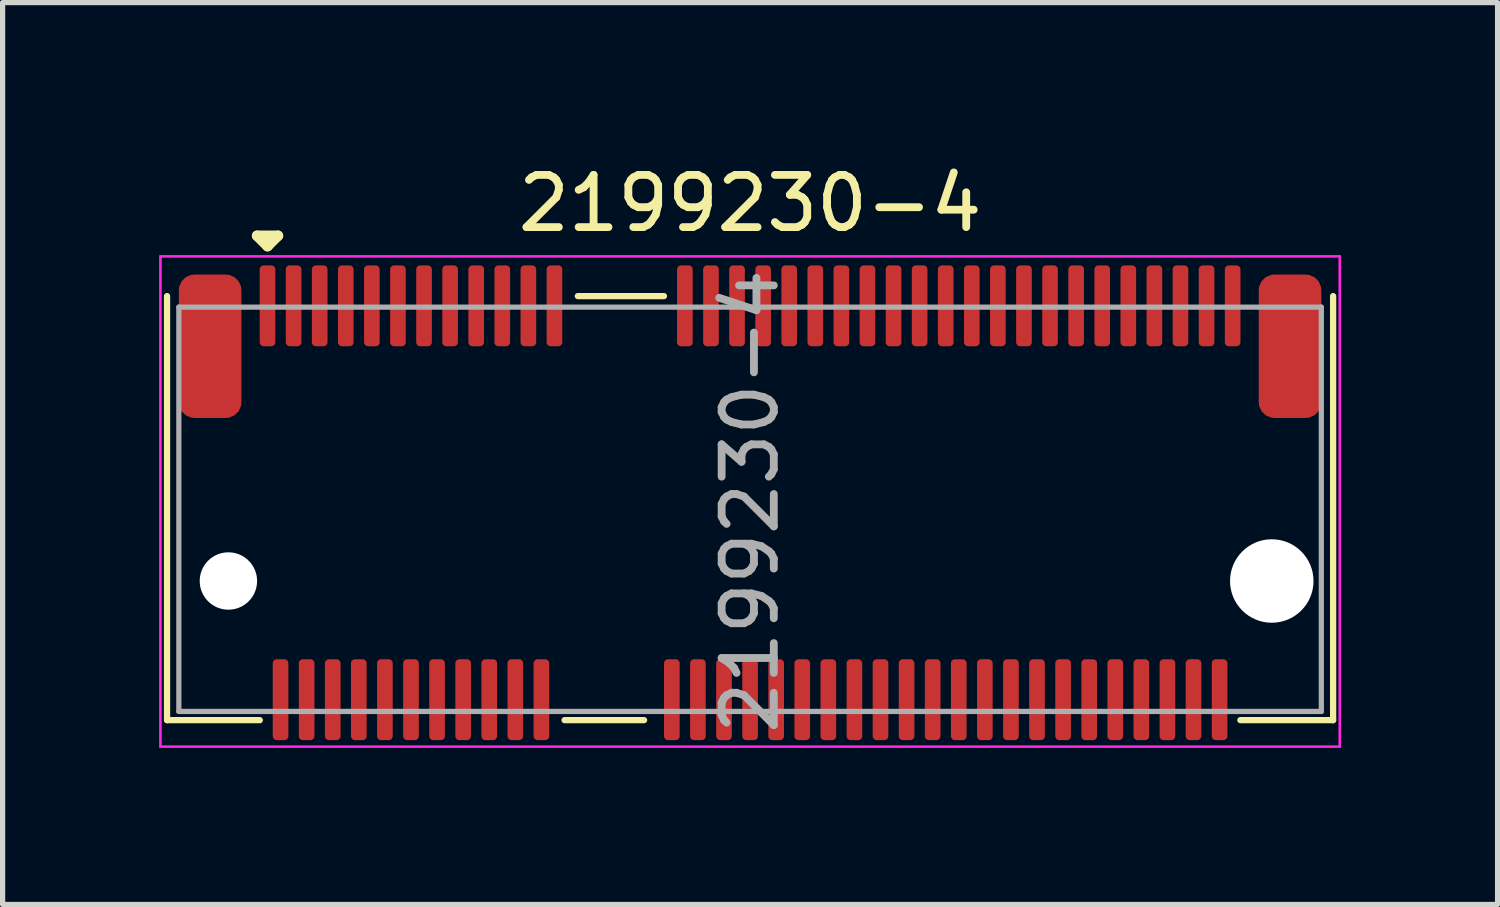
<source format=kicad_pcb>
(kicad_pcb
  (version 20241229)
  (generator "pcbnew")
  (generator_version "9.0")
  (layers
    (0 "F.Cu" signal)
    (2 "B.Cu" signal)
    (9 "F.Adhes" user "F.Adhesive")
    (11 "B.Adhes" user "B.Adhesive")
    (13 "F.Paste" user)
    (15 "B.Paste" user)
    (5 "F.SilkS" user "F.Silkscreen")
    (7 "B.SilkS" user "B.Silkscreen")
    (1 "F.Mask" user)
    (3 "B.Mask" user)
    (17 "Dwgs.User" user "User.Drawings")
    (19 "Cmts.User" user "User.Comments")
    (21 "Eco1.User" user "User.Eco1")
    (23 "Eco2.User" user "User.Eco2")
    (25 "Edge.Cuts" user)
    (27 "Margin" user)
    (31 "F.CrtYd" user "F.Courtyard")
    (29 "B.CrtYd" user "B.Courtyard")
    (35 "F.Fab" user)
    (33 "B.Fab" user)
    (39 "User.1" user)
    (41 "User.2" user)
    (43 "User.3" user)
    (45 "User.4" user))
  (footprint "2199230-4"
    (layer "F.Cu")
    (at 11.328 8.087)
    (property "Reference" "2199230-4" (at 0 -7.239 0) (layer "F.SilkS") (effects (font (size 1 1) (thickness 0.15))))
    (attr smd)
    (fp_line (start -11.176 2.667) (end -11.176 -5.461) (stroke (width 0.12) (type solid)) (layer "F.SilkS"))
    (fp_line (start -11.176 2.667) (end -9.398 2.667) (stroke (width 0.12) (type solid)) (layer "F.SilkS"))
    (fp_line (start -9.45 -6.618) (end -9.05 -6.618) (stroke (width 0.2) (type solid)) (layer "F.SilkS"))
    (fp_line (start -9.25 -6.418) (end -9.45 -6.618) (stroke (width 0.2) (type solid)) (layer "F.SilkS"))
    (fp_line (start -9.05 -6.618) (end -9.25 -6.418) (stroke (width 0.2) (type solid)) (layer "F.SilkS"))
    (fp_line (start -3.556 2.667) (end -2.032 2.667) (stroke (width 0.12) (type solid)) (layer "F.SilkS"))
    (fp_line (start -3.302 -5.461) (end -1.651 -5.461) (stroke (width 0.12) (type solid)) (layer "F.SilkS"))
    (fp_line (start 9.398 2.667) (end 11.176 2.667) (stroke (width 0.12) (type solid)) (layer "F.SilkS"))
    (fp_line (start 11.176 -5.461) (end 11.176 2.667) (stroke (width 0.12) (type solid)) (layer "F.SilkS"))
    (fp_line (start -11.303 -6.223) (end -11.303 3.175) (stroke (width 0.05) (type solid)) (layer "F.CrtYd"))
    (fp_line (start -11.303 3.175) (end 11.303 3.175) (stroke (width 0.05) (type solid)) (layer "F.CrtYd"))
    (fp_line (start 11.303 -6.223) (end -11.303 -6.223) (stroke (width 0.05) (type solid)) (layer "F.CrtYd"))
    (fp_line (start 11.303 3.175) (end 11.303 -6.223) (stroke (width 0.05) (type solid)) (layer "F.CrtYd"))
    (fp_line (start -10.95 -5.25) (end 10.95 -5.25) (stroke (width 0.1) (type solid)) (layer "F.Fab"))
    (fp_line (start -10.95 2.5) (end -10.95 -5.25) (stroke (width 0.1) (type solid)) (layer "F.Fab"))
    (fp_line (start -10.95 2.5) (end 10.95 2.5) (stroke (width 0.1) (type solid)) (layer "F.Fab"))
    (fp_line (start 10.95 -5.25) (end 10.95 2.5) (stroke (width 0.1) (type solid)) (layer "F.Fab"))
    (fp_text user "${REFERENCE}" (at 0 -1.524 90) (layer "F.Fab") (effects (font (size 1 1) (thickness 0.15))))
    (pad "" np_thru_hole circle (at -10 0) (size 1.1 1.1) (drill 1.1) (layers "*.Cu" "*.Mask"))
    (pad "" np_thru_hole circle (at 10 0) (size 1.6 1.6) (drill 1.6) (layers "*.Cu" "*.Mask"))
    (pad "1" smd roundrect (at -9.25 -5.275) (size 0.3 1.55) (layers "F.Cu" "F.Mask" "F.Paste") (roundrect_rratio 0.25))
    (pad "2" smd roundrect (at -9 2.275) (size 0.3 1.55) (layers "F.Cu" "F.Mask" "F.Paste") (roundrect_rratio 0.25))
    (pad "3" smd roundrect (at -8.75 -5.275) (size 0.3 1.55) (layers "F.Cu" "F.Mask" "F.Paste") (roundrect_rratio 0.25))
    (pad "4" smd roundrect (at -8.5 2.275) (size 0.3 1.55) (layers "F.Cu" "F.Mask" "F.Paste") (roundrect_rratio 0.25))
    (pad "5" smd roundrect (at -8.25 -5.275) (size 0.3 1.55) (layers "F.Cu" "F.Mask" "F.Paste") (roundrect_rratio 0.25))
    (pad "6" smd roundrect (at -8 2.275) (size 0.3 1.55) (layers "F.Cu" "F.Mask" "F.Paste") (roundrect_rratio 0.25))
    (pad "7" smd roundrect (at -7.75 -5.275) (size 0.3 1.55) (layers "F.Cu" "F.Mask" "F.Paste") (roundrect_rratio 0.25))
    (pad "8" smd roundrect (at -7.5 2.275) (size 0.3 1.55) (layers "F.Cu" "F.Mask" "F.Paste") (roundrect_rratio 0.25))
    (pad "9" smd roundrect (at -7.25 -5.275) (size 0.3 1.55) (layers "F.Cu" "F.Mask" "F.Paste") (roundrect_rratio 0.25))
    (pad "10" smd roundrect (at -7 2.275) (size 0.3 1.55) (layers "F.Cu" "F.Mask" "F.Paste") (roundrect_rratio 0.25))
    (pad "11" smd roundrect (at -6.75 -5.275) (size 0.3 1.55) (layers "F.Cu" "F.Mask" "F.Paste") (roundrect_rratio 0.25))
    (pad "12" smd roundrect (at -6.5 2.275) (size 0.3 1.55) (layers "F.Cu" "F.Mask" "F.Paste") (roundrect_rratio 0.25))
    (pad "13" smd roundrect (at -6.25 -5.275) (size 0.3 1.55) (layers "F.Cu" "F.Mask" "F.Paste") (roundrect_rratio 0.25))
    (pad "14" smd roundrect (at -6 2.275) (size 0.3 1.55) (layers "F.Cu" "F.Mask" "F.Paste") (roundrect_rratio 0.25))
    (pad "15" smd roundrect (at -5.75 -5.275) (size 0.3 1.55) (layers "F.Cu" "F.Mask" "F.Paste") (roundrect_rratio 0.25))
    (pad "16" smd roundrect (at -5.5 2.275) (size 0.3 1.55) (layers "F.Cu" "F.Mask" "F.Paste") (roundrect_rratio 0.25))
    (pad "17" smd roundrect (at -5.25 -5.275) (size 0.3 1.55) (layers "F.Cu" "F.Mask" "F.Paste") (roundrect_rratio 0.25))
    (pad "18" smd roundrect (at -5 2.275) (size 0.3 1.55) (layers "F.Cu" "F.Mask" "F.Paste") (roundrect_rratio 0.25))
    (pad "19" smd roundrect (at -4.75 -5.275) (size 0.3 1.55) (layers "F.Cu" "F.Mask" "F.Paste") (roundrect_rratio 0.25))
    (pad "20" smd roundrect (at -4.5 2.275) (size 0.3 1.55) (layers "F.Cu" "F.Mask" "F.Paste") (roundrect_rratio 0.25))
    (pad "21" smd roundrect (at -4.25 -5.275) (size 0.3 1.55) (layers "F.Cu" "F.Mask" "F.Paste") (roundrect_rratio 0.25))
    (pad "22" smd roundrect (at -4 2.275) (size 0.3 1.55) (layers "F.Cu" "F.Mask" "F.Paste") (roundrect_rratio 0.25))
    (pad "23" smd roundrect (at -3.75 -5.275) (size 0.3 1.55) (layers "F.Cu" "F.Mask" "F.Paste") (roundrect_rratio 0.25))
    (pad "32" smd roundrect (at -1.5 2.275) (size 0.3 1.55) (layers "F.Cu" "F.Mask" "F.Paste") (roundrect_rratio 0.25))
    (pad "33" smd roundrect (at -1.25 -5.275) (size 0.3 1.55) (layers "F.Cu" "F.Mask" "F.Paste") (roundrect_rratio 0.25))
    (pad "34" smd roundrect (at -1 2.275) (size 0.3 1.55) (layers "F.Cu" "F.Mask" "F.Paste") (roundrect_rratio 0.25))
    (pad "35" smd roundrect (at -0.75 -5.275) (size 0.3 1.55) (layers "F.Cu" "F.Mask" "F.Paste") (roundrect_rratio 0.25))
    (pad "36" smd roundrect (at -0.5 2.275) (size 0.3 1.55) (layers "F.Cu" "F.Mask" "F.Paste") (roundrect_rratio 0.25))
    (pad "37" smd roundrect (at -0.25 -5.275) (size 0.3 1.55) (layers "F.Cu" "F.Mask" "F.Paste") (roundrect_rratio 0.25))
    (pad "38" smd roundrect (at 0 2.275) (size 0.3 1.55) (layers "F.Cu" "F.Mask" "F.Paste") (roundrect_rratio 0.25))
    (pad "39" smd roundrect (at 0.25 -5.275) (size 0.3 1.55) (layers "F.Cu" "F.Mask" "F.Paste") (roundrect_rratio 0.25))
    (pad "40" smd roundrect (at 0.5 2.275) (size 0.3 1.55) (layers "F.Cu" "F.Mask" "F.Paste") (roundrect_rratio 0.25))
    (pad "41" smd roundrect (at 0.75 -5.275) (size 0.3 1.55) (layers "F.Cu" "F.Mask" "F.Paste") (roundrect_rratio 0.25))
    (pad "42" smd roundrect (at 1 2.275) (size 0.3 1.55) (layers "F.Cu" "F.Mask" "F.Paste") (roundrect_rratio 0.25))
    (pad "43" smd roundrect (at 1.25 -5.275) (size 0.3 1.55) (layers "F.Cu" "F.Mask" "F.Paste") (roundrect_rratio 0.25))
    (pad "44" smd roundrect (at 1.5 2.275) (size 0.3 1.55) (layers "F.Cu" "F.Mask" "F.Paste") (roundrect_rratio 0.25))
    (pad "45" smd roundrect (at 1.75 -5.275) (size 0.3 1.55) (layers "F.Cu" "F.Mask" "F.Paste") (roundrect_rratio 0.25))
    (pad "46" smd roundrect (at 2 2.275) (size 0.3 1.55) (layers "F.Cu" "F.Mask" "F.Paste") (roundrect_rratio 0.25))
    (pad "47" smd roundrect (at 2.25 -5.275) (size 0.3 1.55) (layers "F.Cu" "F.Mask" "F.Paste") (roundrect_rratio 0.25))
    (pad "48" smd roundrect (at 2.5 2.275) (size 0.3 1.55) (layers "F.Cu" "F.Mask" "F.Paste") (roundrect_rratio 0.25))
    (pad "49" smd roundrect (at 2.75 -5.275) (size 0.3 1.55) (layers "F.Cu" "F.Mask" "F.Paste") (roundrect_rratio 0.25))
    (pad "50" smd roundrect (at 3 2.275) (size 0.3 1.55) (layers "F.Cu" "F.Mask" "F.Paste") (roundrect_rratio 0.25))
    (pad "51" smd roundrect (at 3.25 -5.275) (size 0.3 1.55) (layers "F.Cu" "F.Mask" "F.Paste") (roundrect_rratio 0.25))
    (pad "52" smd roundrect (at 3.5 2.275) (size 0.3 1.55) (layers "F.Cu" "F.Mask" "F.Paste") (roundrect_rratio 0.25))
    (pad "53" smd roundrect (at 3.75 -5.275) (size 0.3 1.55) (layers "F.Cu" "F.Mask" "F.Paste") (roundrect_rratio 0.25))
    (pad "54" smd roundrect (at 4 2.275) (size 0.3 1.55) (layers "F.Cu" "F.Mask" "F.Paste") (roundrect_rratio 0.25))
    (pad "55" smd roundrect (at 4.25 -5.275) (size 0.3 1.55) (layers "F.Cu" "F.Mask" "F.Paste") (roundrect_rratio 0.25))
    (pad "56" smd roundrect (at 4.5 2.275) (size 0.3 1.55) (layers "F.Cu" "F.Mask" "F.Paste") (roundrect_rratio 0.25))
    (pad "57" smd roundrect (at 4.75 -5.275) (size 0.3 1.55) (layers "F.Cu" "F.Mask" "F.Paste") (roundrect_rratio 0.25))
    (pad "58" smd roundrect (at 5 2.275) (size 0.3 1.55) (layers "F.Cu" "F.Mask" "F.Paste") (roundrect_rratio 0.25))
    (pad "59" smd roundrect (at 5.25 -5.275) (size 0.3 1.55) (layers "F.Cu" "F.Mask" "F.Paste") (roundrect_rratio 0.25))
    (pad "60" smd roundrect (at 5.5 2.275) (size 0.3 1.55) (layers "F.Cu" "F.Mask" "F.Paste") (roundrect_rratio 0.25))
    (pad "61" smd roundrect (at 5.75 -5.275) (size 0.3 1.55) (layers "F.Cu" "F.Mask" "F.Paste") (roundrect_rratio 0.25))
    (pad "62" smd roundrect (at 6 2.275) (size 0.3 1.55) (layers "F.Cu" "F.Mask" "F.Paste") (roundrect_rratio 0.25))
    (pad "63" smd roundrect (at 6.25 -5.275) (size 0.3 1.55) (layers "F.Cu" "F.Mask" "F.Paste") (roundrect_rratio 0.25))
    (pad "64" smd roundrect (at 6.5 2.275) (size 0.3 1.55) (layers "F.Cu" "F.Mask" "F.Paste") (roundrect_rratio 0.25))
    (pad "65" smd roundrect (at 6.75 -5.275) (size 0.3 1.55) (layers "F.Cu" "F.Mask" "F.Paste") (roundrect_rratio 0.25))
    (pad "66" smd roundrect (at 7 2.275) (size 0.3 1.55) (layers "F.Cu" "F.Mask" "F.Paste") (roundrect_rratio 0.25))
    (pad "67" smd roundrect (at 7.25 -5.275) (size 0.3 1.55) (layers "F.Cu" "F.Mask" "F.Paste") (roundrect_rratio 0.25))
    (pad "68" smd roundrect (at 7.5 2.275) (size 0.3 1.55) (layers "F.Cu" "F.Mask" "F.Paste") (roundrect_rratio 0.25))
    (pad "69" smd roundrect (at 7.75 -5.275) (size 0.3 1.55) (layers "F.Cu" "F.Mask" "F.Paste") (roundrect_rratio 0.25))
    (pad "70" smd roundrect (at 8 2.275) (size 0.3 1.55) (layers "F.Cu" "F.Mask" "F.Paste") (roundrect_rratio 0.25))
    (pad "71" smd roundrect (at 8.25 -5.275) (size 0.3 1.55) (layers "F.Cu" "F.Mask" "F.Paste") (roundrect_rratio 0.25))
    (pad "72" smd roundrect (at 8.5 2.275) (size 0.3 1.55) (layers "F.Cu" "F.Mask" "F.Paste") (roundrect_rratio 0.25))
    (pad "73" smd roundrect (at 8.75 -5.275) (size 0.3 1.55) (layers "F.Cu" "F.Mask" "F.Paste") (roundrect_rratio 0.25))
    (pad "74" smd roundrect (at 9 2.275) (size 0.3 1.55) (layers "F.Cu" "F.Mask" "F.Paste") (roundrect_rratio 0.25))
    (pad "75" smd roundrect (at 9.25 -5.275) (size 0.3 1.55) (layers "F.Cu" "F.Mask" "F.Paste") (roundrect_rratio 0.25))
    (pad "76" smd roundrect (at -10.35 -4.5) (size 1.2 2.75) (layers "F.Cu" "F.Mask" "F.Paste") (roundrect_rratio 0.25))
    (pad "77" smd roundrect (at 10.35 -4.5) (size 1.2 2.75) (layers "F.Cu" "F.Mask" "F.Paste") (roundrect_rratio 0.25)))
  (gr_rect
    (start -3 -3)
    (end 25.656 14.287)
    (stroke (width 0.1) (type default))
    (fill no)
    (layer "Edge.Cuts")))
</source>
